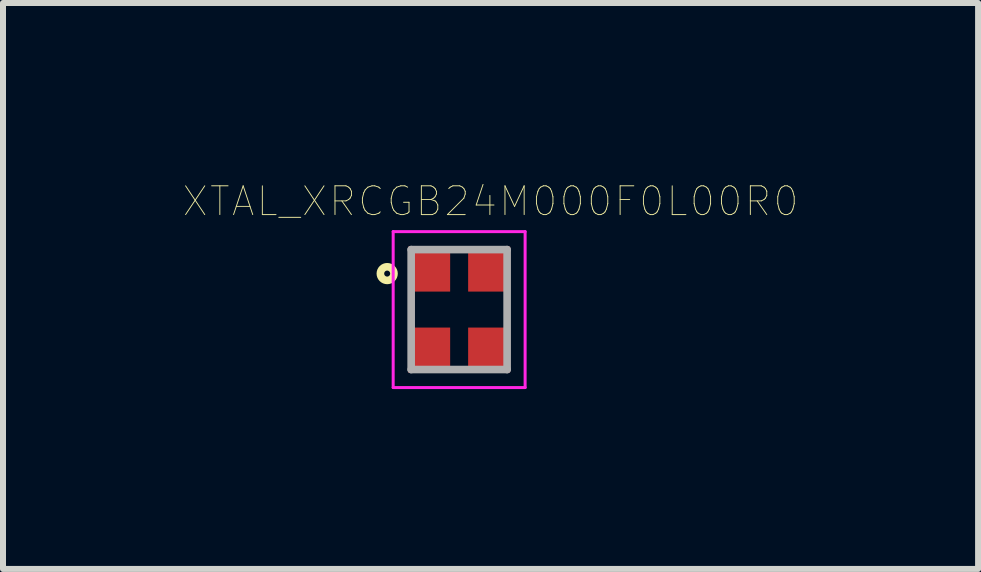
<source format=kicad_pcb>
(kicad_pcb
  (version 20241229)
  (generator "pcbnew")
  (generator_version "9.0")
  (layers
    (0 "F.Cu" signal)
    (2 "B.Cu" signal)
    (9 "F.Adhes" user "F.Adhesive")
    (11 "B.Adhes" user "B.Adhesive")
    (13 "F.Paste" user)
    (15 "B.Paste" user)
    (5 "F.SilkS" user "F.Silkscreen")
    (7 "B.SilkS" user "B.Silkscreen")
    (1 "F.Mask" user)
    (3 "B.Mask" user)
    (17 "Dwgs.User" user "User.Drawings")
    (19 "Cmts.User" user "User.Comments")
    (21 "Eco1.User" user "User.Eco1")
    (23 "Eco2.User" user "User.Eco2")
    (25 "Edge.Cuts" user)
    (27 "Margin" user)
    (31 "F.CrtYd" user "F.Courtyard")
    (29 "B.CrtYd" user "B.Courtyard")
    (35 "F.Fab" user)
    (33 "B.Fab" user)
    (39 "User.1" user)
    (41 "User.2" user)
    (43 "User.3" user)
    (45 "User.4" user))
  (footprint "XTAL_XRCGB24M000F0L00R0"
    (layer "F.Cu")
    (at 4.606 2.112)
    (property "Reference" "XTAL_XRCGB24M000F0L00R0" (at 0.524 -1.805 0) (layer "F.SilkS") (effects (font (size 0.48 0.48) (thickness 0.015))))
    (attr through_hole)
    (fp_circle (center -1.2 -0.6) (end -1.15 -0.6) (stroke (width 0.127) (type solid)) (fill no) (layer "F.SilkS"))
    (fp_line (start -1.1 -1.3) (end 1.1 -1.3) (stroke (width 0.05) (type solid)) (layer "F.CrtYd"))
    (fp_line (start -1.1 1.3) (end -1.1 -1.3) (stroke (width 0.05) (type solid)) (layer "F.CrtYd"))
    (fp_line (start 1.1 -1.3) (end 1.1 1.3) (stroke (width 0.05) (type solid)) (layer "F.CrtYd"))
    (fp_line (start 1.1 1.3) (end -1.1 1.3) (stroke (width 0.05) (type solid)) (layer "F.CrtYd"))
    (fp_line (start -0.8 -1) (end 0.8 -1) (stroke (width 0.127) (type solid)) (layer "F.Fab"))
    (fp_line (start -0.8 1) (end -0.8 -1) (stroke (width 0.127) (type solid)) (layer "F.Fab"))
    (fp_line (start 0.8 -1) (end 0.8 1) (stroke (width 0.127) (type solid)) (layer "F.Fab"))
    (fp_line (start 0.8 1) (end -0.8 1) (stroke (width 0.127) (type solid)) (layer "F.Fab"))
    (pad "1" smd rect (at -0.5 -0.675) (size 0.7 0.75) (layers "F.Cu" "F.Mask" "F.Paste"))
    (pad "2" smd rect (at -0.5 0.675) (size 0.7 0.75) (layers "F.Cu" "F.Mask" "F.Paste"))
    (pad "3" smd rect (at 0.5 0.675) (size 0.7 0.75) (layers "F.Cu" "F.Mask" "F.Paste"))
    (pad "4" smd rect (at 0.5 -0.675) (size 0.7 0.75) (layers "F.Cu" "F.Mask" "F.Paste")))
  (gr_rect
    (start -3 -3)
    (end 13.259 6.437)
    (stroke (width 0.1) (type default))
    (fill no)
    (layer "Edge.Cuts")))
</source>
